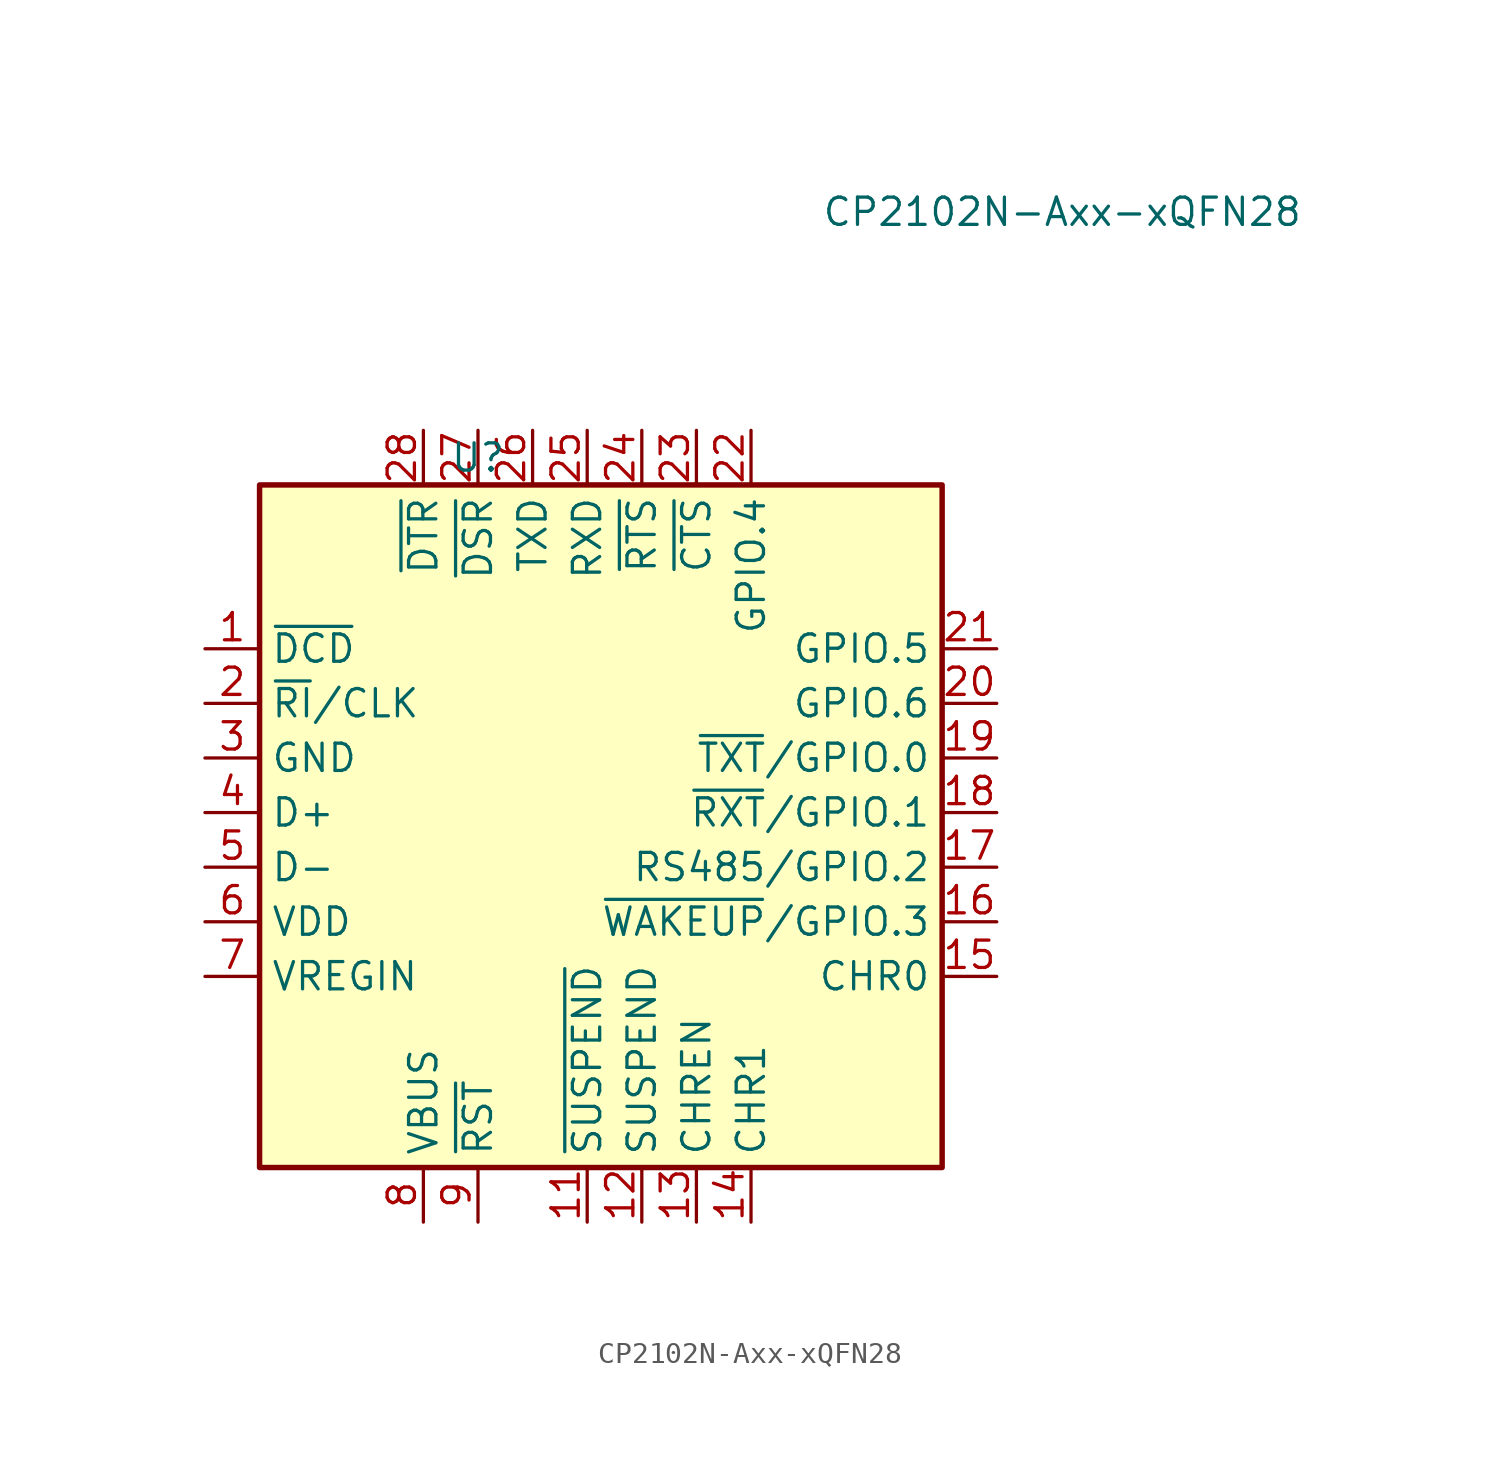
<source format=kicad_sym>
(kicad_symbol_lib
  (version 20241209)
  (generator "kicad_symbol_editor")
  (generator_version "9.0")
  (symbol "CP2102N-Axx-xQFN28"
    (property "Reference" "U"
      (at 8.89 26.67 0)
      (effects (font (size 1.27 1.27))))
    (property "Value" "CP2102N-Axx-xQFN28"
      (at 36.068 38.1 0)
      (effects (font (size 1.27 1.27))))
    (symbol "CP2102N-Axx-xQFN28_0_1"
      (rectangle (start -1.27 25.4) (end 30.48 -6.35) (stroke (width 0.254) (type default)) (fill (type background))))
    (symbol "CP2102N-Axx-xQFN28_1_1"
      (pin input line (at -3.81 17.78 0) (length 2.54) (name "~{DCD}" (effects (font (size 1.27 1.27)))) (number "1" (effects (font (size 1.27 1.27)))))
      (pin bidirectional line (at -3.81 15.24 0) (length 2.54) (name "~{RI}/CLK" (effects (font (size 1.27 1.27)))) (number "2" (effects (font (size 1.27 1.27)))))
      (pin power_in line (at -3.81 12.7 0) (length 2.54) (name "GND" (effects (font (size 1.27 1.27)))) (number "3" (effects (font (size 1.27 1.27)))))
      (pin bidirectional line (at -3.81 10.16 0) (length 2.54) (name "D+" (effects (font (size 1.27 1.27)))) (number "4" (effects (font (size 1.27 1.27)))))
      (pin bidirectional line (at -3.81 7.62 0) (length 2.54) (name "D-" (effects (font (size 1.27 1.27)))) (number "5" (effects (font (size 1.27 1.27)))))
      (pin power_in line (at -3.81 5.08 0) (length 2.54) (name "VDD" (effects (font (size 1.27 1.27)))) (number "6" (effects (font (size 1.27 1.27)))))
      (pin power_in line (at -3.81 2.54 0) (length 2.54) (name "VREGIN" (effects (font (size 1.27 1.27)))) (number "7" (effects (font (size 1.27 1.27)))))
      (pin passive line (at 3.81 27.94 270) (length 2.54) (hide yes) (name "GND" (effects (font (size 1.27 1.27)))) (number "29" (effects (font (size 1.27 1.27)))))
      (pin output line (at 6.35 27.94 270) (length 2.54) (name "~{DTR}" (effects (font (size 1.27 1.27)))) (number "28" (effects (font (size 1.27 1.27)))))
      (pin input line (at 6.35 -8.89 90) (length 2.54) (name "VBUS" (effects (font (size 1.27 1.27)))) (number "8" (effects (font (size 1.27 1.27)))))
      (pin input line (at 8.89 27.94 270) (length 2.54) (name "~{DSR}" (effects (font (size 1.27 1.27)))) (number "27" (effects (font (size 1.27 1.27)))))
      (pin input line (at 8.89 -8.89 90) (length 2.54) (name "~{RST}" (effects (font (size 1.27 1.27)))) (number "9" (effects (font (size 1.27 1.27)))))
      (pin output line (at 11.43 27.94 270) (length 2.54) (name "TXD" (effects (font (size 1.27 1.27)))) (number "26" (effects (font (size 1.27 1.27)))))
      (pin no_connect line (at 11.43 -8.89 90) (length 2.54) (hide yes) (name "NC" (effects (font (size 1.27 1.27)))) (number "10" (effects (font (size 1.27 1.27)))))
      (pin input line (at 13.97 27.94 270) (length 2.54) (name "RXD" (effects (font (size 1.27 1.27)))) (number "25" (effects (font (size 1.27 1.27)))))
      (pin output line (at 13.97 -8.89 90) (length 2.54) (name "~{SUSPEND}" (effects (font (size 1.27 1.27)))) (number "11" (effects (font (size 1.27 1.27)))))
      (pin output line (at 16.51 27.94 270) (length 2.54) (name "~{RTS}" (effects (font (size 1.27 1.27)))) (number "24" (effects (font (size 1.27 1.27)))))
      (pin output line (at 16.51 -8.89 90) (length 2.54) (name "SUSPEND" (effects (font (size 1.27 1.27)))) (number "12" (effects (font (size 1.27 1.27)))))
      (pin input line (at 19.05 27.94 270) (length 2.54) (name "~{CTS}" (effects (font (size 1.27 1.27)))) (number "23" (effects (font (size 1.27 1.27)))))
      (pin output line (at 19.05 -8.89 90) (length 2.54) (name "CHREN" (effects (font (size 1.27 1.27)))) (number "13" (effects (font (size 1.27 1.27)))))
      (pin bidirectional line (at 21.59 27.94 270) (length 2.54) (name "GPIO.4" (effects (font (size 1.27 1.27)))) (number "22" (effects (font (size 1.27 1.27)))))
      (pin output line (at 21.59 -8.89 90) (length 2.54) (name "CHR1" (effects (font (size 1.27 1.27)))) (number "14" (effects (font (size 1.27 1.27)))))
      (pin bidirectional line (at 33.02 17.78 180) (length 2.54) (name "GPIO.5" (effects (font (size 1.27 1.27)))) (number "21" (effects (font (size 1.27 1.27)))))
      (pin bidirectional line (at 33.02 15.24 180) (length 2.54) (name "GPIO.6" (effects (font (size 1.27 1.27)))) (number "20" (effects (font (size 1.27 1.27)))))
      (pin bidirectional line (at 33.02 12.7 180) (length 2.54) (name "~{TXT}/GPIO.0" (effects (font (size 1.27 1.27)))) (number "19" (effects (font (size 1.27 1.27)))))
      (pin bidirectional line (at 33.02 10.16 180) (length 2.54) (name "~{RXT}/GPIO.1" (effects (font (size 1.27 1.27)))) (number "18" (effects (font (size 1.27 1.27)))))
      (pin bidirectional line (at 33.02 7.62 180) (length 2.54) (name "RS485/GPIO.2" (effects (font (size 1.27 1.27)))) (number "17" (effects (font (size 1.27 1.27)))))
      (pin bidirectional line (at 33.02 5.08 180) (length 2.54) (name "~{WAKEUP}/GPIO.3" (effects (font (size 1.27 1.27)))) (number "16" (effects (font (size 1.27 1.27)))))
      (pin output line (at 33.02 2.54 180) (length 2.54) (name "CHR0" (effects (font (size 1.27 1.27)))) (number "15" (effects (font (size 1.27 1.27))))))))
</source>
